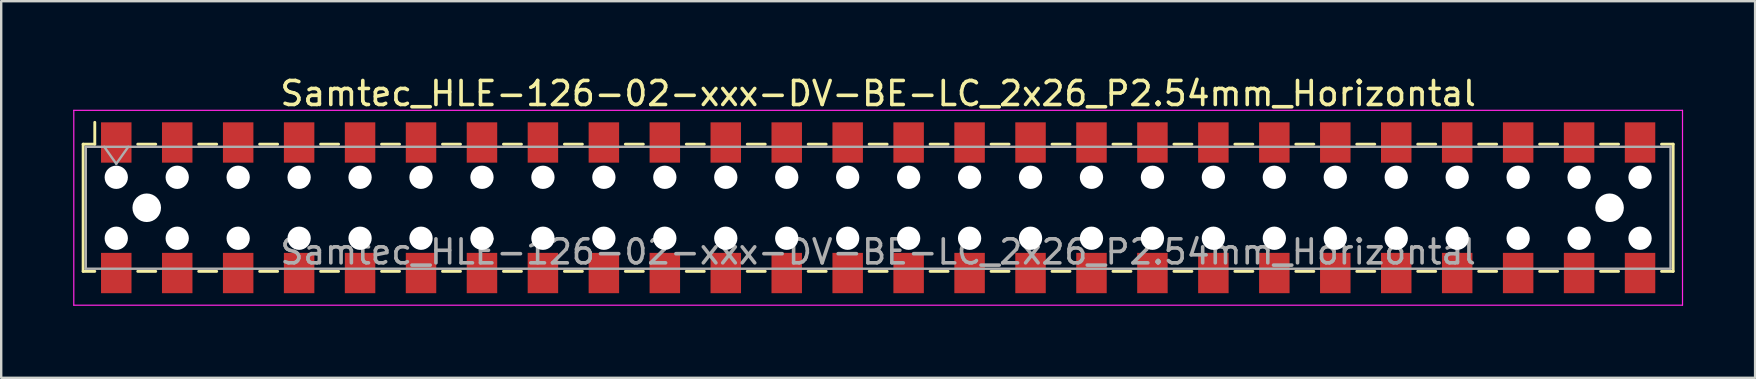
<source format=kicad_pcb>
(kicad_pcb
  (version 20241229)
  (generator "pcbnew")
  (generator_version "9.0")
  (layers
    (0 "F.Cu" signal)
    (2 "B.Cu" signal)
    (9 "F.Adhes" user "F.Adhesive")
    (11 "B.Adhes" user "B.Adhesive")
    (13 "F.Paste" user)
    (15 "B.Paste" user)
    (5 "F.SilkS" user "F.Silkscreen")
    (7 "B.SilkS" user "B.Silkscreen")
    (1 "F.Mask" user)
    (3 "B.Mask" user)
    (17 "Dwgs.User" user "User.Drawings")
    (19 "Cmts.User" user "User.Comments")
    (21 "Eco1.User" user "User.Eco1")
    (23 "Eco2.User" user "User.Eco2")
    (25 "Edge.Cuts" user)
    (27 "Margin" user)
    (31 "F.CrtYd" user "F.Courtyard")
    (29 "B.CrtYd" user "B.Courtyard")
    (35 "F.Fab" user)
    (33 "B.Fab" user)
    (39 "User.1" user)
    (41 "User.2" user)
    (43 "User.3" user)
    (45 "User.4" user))
  (footprint "Samtec_HLE-126-02-xxx-DV-BE-LC_2x26_P2.54mm_Horizontal"
    (layer "F.Cu")
    (at 33.545 5.608)
    (property "Reference" "Samtec_HLE-126-02-xxx-DV-BE-LC_2x26_P2.54mm_Horizontal" (at 0 -4.76 0) (layer "F.SilkS") (effects (font (size 1 1) (thickness 0.15))))
    (attr smd)
    (fp_line (start -33.13 -2.65) (end -33.13 2.65) (stroke (width 0.12) (type solid)) (layer "F.SilkS"))
    (fp_line (start -33.13 2.65) (end -32.645 2.65) (stroke (width 0.12) (type solid)) (layer "F.SilkS"))
    (fp_line (start -32.645 -3.56) (end -32.645 -2.65) (stroke (width 0.12) (type solid)) (layer "F.SilkS"))
    (fp_line (start -32.645 -2.65) (end -33.13 -2.65) (stroke (width 0.12) (type solid)) (layer "F.SilkS"))
    (fp_line (start -30.855 -2.65) (end -30.105 -2.65) (stroke (width 0.12) (type solid)) (layer "F.SilkS"))
    (fp_line (start -30.855 2.65) (end -30.105 2.65) (stroke (width 0.12) (type solid)) (layer "F.SilkS"))
    (fp_line (start -28.315 -2.65) (end -27.565 -2.65) (stroke (width 0.12) (type solid)) (layer "F.SilkS"))
    (fp_line (start -28.315 2.65) (end -27.565 2.65) (stroke (width 0.12) (type solid)) (layer "F.SilkS"))
    (fp_line (start -25.775 -2.65) (end -25.025 -2.65) (stroke (width 0.12) (type solid)) (layer "F.SilkS"))
    (fp_line (start -25.775 2.65) (end -25.025 2.65) (stroke (width 0.12) (type solid)) (layer "F.SilkS"))
    (fp_line (start -23.235 -2.65) (end -22.485 -2.65) (stroke (width 0.12) (type solid)) (layer "F.SilkS"))
    (fp_line (start -23.235 2.65) (end -22.485 2.65) (stroke (width 0.12) (type solid)) (layer "F.SilkS"))
    (fp_line (start -20.695 -2.65) (end -19.945 -2.65) (stroke (width 0.12) (type solid)) (layer "F.SilkS"))
    (fp_line (start -20.695 2.65) (end -19.945 2.65) (stroke (width 0.12) (type solid)) (layer "F.SilkS"))
    (fp_line (start -18.155 -2.65) (end -17.405 -2.65) (stroke (width 0.12) (type solid)) (layer "F.SilkS"))
    (fp_line (start -18.155 2.65) (end -17.405 2.65) (stroke (width 0.12) (type solid)) (layer "F.SilkS"))
    (fp_line (start -15.615 -2.65) (end -14.865 -2.65) (stroke (width 0.12) (type solid)) (layer "F.SilkS"))
    (fp_line (start -15.615 2.65) (end -14.865 2.65) (stroke (width 0.12) (type solid)) (layer "F.SilkS"))
    (fp_line (start -13.075 -2.65) (end -12.325 -2.65) (stroke (width 0.12) (type solid)) (layer "F.SilkS"))
    (fp_line (start -13.075 2.65) (end -12.325 2.65) (stroke (width 0.12) (type solid)) (layer "F.SilkS"))
    (fp_line (start -10.535 -2.65) (end -9.785 -2.65) (stroke (width 0.12) (type solid)) (layer "F.SilkS"))
    (fp_line (start -10.535 2.65) (end -9.785 2.65) (stroke (width 0.12) (type solid)) (layer "F.SilkS"))
    (fp_line (start -7.995 -2.65) (end -7.245 -2.65) (stroke (width 0.12) (type solid)) (layer "F.SilkS"))
    (fp_line (start -7.995 2.65) (end -7.245 2.65) (stroke (width 0.12) (type solid)) (layer "F.SilkS"))
    (fp_line (start -5.455 -2.65) (end -4.705 -2.65) (stroke (width 0.12) (type solid)) (layer "F.SilkS"))
    (fp_line (start -5.455 2.65) (end -4.705 2.65) (stroke (width 0.12) (type solid)) (layer "F.SilkS"))
    (fp_line (start -2.915 -2.65) (end -2.165 -2.65) (stroke (width 0.12) (type solid)) (layer "F.SilkS"))
    (fp_line (start -2.915 2.65) (end -2.165 2.65) (stroke (width 0.12) (type solid)) (layer "F.SilkS"))
    (fp_line (start -0.375 -2.65) (end 0.375 -2.65) (stroke (width 0.12) (type solid)) (layer "F.SilkS"))
    (fp_line (start -0.375 2.65) (end 0.375 2.65) (stroke (width 0.12) (type solid)) (layer "F.SilkS"))
    (fp_line (start 2.165 -2.65) (end 2.915 -2.65) (stroke (width 0.12) (type solid)) (layer "F.SilkS"))
    (fp_line (start 2.165 2.65) (end 2.915 2.65) (stroke (width 0.12) (type solid)) (layer "F.SilkS"))
    (fp_line (start 4.705 -2.65) (end 5.455 -2.65) (stroke (width 0.12) (type solid)) (layer "F.SilkS"))
    (fp_line (start 4.705 2.65) (end 5.455 2.65) (stroke (width 0.12) (type solid)) (layer "F.SilkS"))
    (fp_line (start 7.245 -2.65) (end 7.995 -2.65) (stroke (width 0.12) (type solid)) (layer "F.SilkS"))
    (fp_line (start 7.245 2.65) (end 7.995 2.65) (stroke (width 0.12) (type solid)) (layer "F.SilkS"))
    (fp_line (start 9.785 -2.65) (end 10.535 -2.65) (stroke (width 0.12) (type solid)) (layer "F.SilkS"))
    (fp_line (start 9.785 2.65) (end 10.535 2.65) (stroke (width 0.12) (type solid)) (layer "F.SilkS"))
    (fp_line (start 12.325 -2.65) (end 13.075 -2.65) (stroke (width 0.12) (type solid)) (layer "F.SilkS"))
    (fp_line (start 12.325 2.65) (end 13.075 2.65) (stroke (width 0.12) (type solid)) (layer "F.SilkS"))
    (fp_line (start 14.865 -2.65) (end 15.615 -2.65) (stroke (width 0.12) (type solid)) (layer "F.SilkS"))
    (fp_line (start 14.865 2.65) (end 15.615 2.65) (stroke (width 0.12) (type solid)) (layer "F.SilkS"))
    (fp_line (start 17.405 -2.65) (end 18.155 -2.65) (stroke (width 0.12) (type solid)) (layer "F.SilkS"))
    (fp_line (start 17.405 2.65) (end 18.155 2.65) (stroke (width 0.12) (type solid)) (layer "F.SilkS"))
    (fp_line (start 19.945 -2.65) (end 20.695 -2.65) (stroke (width 0.12) (type solid)) (layer "F.SilkS"))
    (fp_line (start 19.945 2.65) (end 20.695 2.65) (stroke (width 0.12) (type solid)) (layer "F.SilkS"))
    (fp_line (start 22.485 -2.65) (end 23.235 -2.65) (stroke (width 0.12) (type solid)) (layer "F.SilkS"))
    (fp_line (start 22.485 2.65) (end 23.235 2.65) (stroke (width 0.12) (type solid)) (layer "F.SilkS"))
    (fp_line (start 25.025 -2.65) (end 25.775 -2.65) (stroke (width 0.12) (type solid)) (layer "F.SilkS"))
    (fp_line (start 25.025 2.65) (end 25.775 2.65) (stroke (width 0.12) (type solid)) (layer "F.SilkS"))
    (fp_line (start 27.565 -2.65) (end 28.315 -2.65) (stroke (width 0.12) (type solid)) (layer "F.SilkS"))
    (fp_line (start 27.565 2.65) (end 28.315 2.65) (stroke (width 0.12) (type solid)) (layer "F.SilkS"))
    (fp_line (start 30.105 -2.65) (end 30.855 -2.65) (stroke (width 0.12) (type solid)) (layer "F.SilkS"))
    (fp_line (start 30.105 2.65) (end 30.855 2.65) (stroke (width 0.12) (type solid)) (layer "F.SilkS"))
    (fp_line (start 32.645 -2.65) (end 33.13 -2.65) (stroke (width 0.12) (type solid)) (layer "F.SilkS"))
    (fp_line (start 33.13 -2.65) (end 33.13 2.65) (stroke (width 0.12) (type solid)) (layer "F.SilkS"))
    (fp_line (start 33.13 2.65) (end 32.645 2.65) (stroke (width 0.12) (type solid)) (layer "F.SilkS"))
    (fp_line (start -33.52 -4.06) (end 33.52 -4.06) (stroke (width 0.05) (type solid)) (layer "F.CrtYd"))
    (fp_line (start -33.52 4.06) (end -33.52 -4.06) (stroke (width 0.05) (type solid)) (layer "F.CrtYd"))
    (fp_line (start 33.52 -4.06) (end 33.52 4.06) (stroke (width 0.05) (type solid)) (layer "F.CrtYd"))
    (fp_line (start 33.52 4.06) (end -33.52 4.06) (stroke (width 0.05) (type solid)) (layer "F.CrtYd"))
    (fp_line (start -33.02 -2.54) (end 33.02 -2.54) (stroke (width 0.1) (type solid)) (layer "F.Fab"))
    (fp_line (start -33.02 2.54) (end -33.02 -2.54) (stroke (width 0.1) (type solid)) (layer "F.Fab"))
    (fp_line (start -32.25 -2.54) (end -31.75 -1.833) (stroke (width 0.1) (type solid)) (layer "F.Fab"))
    (fp_line (start -31.75 -1.833) (end -31.25 -2.54) (stroke (width 0.1) (type solid)) (layer "F.Fab"))
    (fp_line (start 33.02 -2.54) (end 33.02 2.54) (stroke (width 0.1) (type solid)) (layer "F.Fab"))
    (fp_line (start 33.02 2.54) (end -33.02 2.54) (stroke (width 0.1) (type solid)) (layer "F.Fab"))
    (fp_text user "${REFERENCE}" (at 0 1.84 0) (layer "F.Fab") (effects (font (size 1 1) (thickness 0.15))))
    (pad "" np_thru_hole circle (at -31.75 -1.27) (size 0.97 0.97) (drill 0.97) (layers "*.Cu" "*.Mask"))
    (pad "" np_thru_hole circle (at -31.75 1.27) (size 0.97 0.97) (drill 0.97) (layers "*.Cu" "*.Mask"))
    (pad "" np_thru_hole circle (at -30.48 0) (size 1.19 1.19) (drill 1.19) (layers "*.Cu" "*.Mask"))
    (pad "" np_thru_hole circle (at -29.21 -1.27) (size 0.97 0.97) (drill 0.97) (layers "*.Cu" "*.Mask"))
    (pad "" np_thru_hole circle (at -29.21 1.27) (size 0.97 0.97) (drill 0.97) (layers "*.Cu" "*.Mask"))
    (pad "" np_thru_hole circle (at -26.67 -1.27) (size 0.97 0.97) (drill 0.97) (layers "*.Cu" "*.Mask"))
    (pad "" np_thru_hole circle (at -26.67 1.27) (size 0.97 0.97) (drill 0.97) (layers "*.Cu" "*.Mask"))
    (pad "" np_thru_hole circle (at -24.13 -1.27) (size 0.97 0.97) (drill 0.97) (layers "*.Cu" "*.Mask"))
    (pad "" np_thru_hole circle (at -24.13 1.27) (size 0.97 0.97) (drill 0.97) (layers "*.Cu" "*.Mask"))
    (pad "" np_thru_hole circle (at -21.59 -1.27) (size 0.97 0.97) (drill 0.97) (layers "*.Cu" "*.Mask"))
    (pad "" np_thru_hole circle (at -21.59 1.27) (size 0.97 0.97) (drill 0.97) (layers "*.Cu" "*.Mask"))
    (pad "" np_thru_hole circle (at -19.05 -1.27) (size 0.97 0.97) (drill 0.97) (layers "*.Cu" "*.Mask"))
    (pad "" np_thru_hole circle (at -19.05 1.27) (size 0.97 0.97) (drill 0.97) (layers "*.Cu" "*.Mask"))
    (pad "" np_thru_hole circle (at -16.51 -1.27) (size 0.97 0.97) (drill 0.97) (layers "*.Cu" "*.Mask"))
    (pad "" np_thru_hole circle (at -16.51 1.27) (size 0.97 0.97) (drill 0.97) (layers "*.Cu" "*.Mask"))
    (pad "" np_thru_hole circle (at -13.97 -1.27) (size 0.97 0.97) (drill 0.97) (layers "*.Cu" "*.Mask"))
    (pad "" np_thru_hole circle (at -13.97 1.27) (size 0.97 0.97) (drill 0.97) (layers "*.Cu" "*.Mask"))
    (pad "" np_thru_hole circle (at -11.43 -1.27) (size 0.97 0.97) (drill 0.97) (layers "*.Cu" "*.Mask"))
    (pad "" np_thru_hole circle (at -11.43 1.27) (size 0.97 0.97) (drill 0.97) (layers "*.Cu" "*.Mask"))
    (pad "" np_thru_hole circle (at -8.89 -1.27) (size 0.97 0.97) (drill 0.97) (layers "*.Cu" "*.Mask"))
    (pad "" np_thru_hole circle (at -8.89 1.27) (size 0.97 0.97) (drill 0.97) (layers "*.Cu" "*.Mask"))
    (pad "" np_thru_hole circle (at -6.35 -1.27) (size 0.97 0.97) (drill 0.97) (layers "*.Cu" "*.Mask"))
    (pad "" np_thru_hole circle (at -6.35 1.27) (size 0.97 0.97) (drill 0.97) (layers "*.Cu" "*.Mask"))
    (pad "" np_thru_hole circle (at -3.81 -1.27) (size 0.97 0.97) (drill 0.97) (layers "*.Cu" "*.Mask"))
    (pad "" np_thru_hole circle (at -3.81 1.27) (size 0.97 0.97) (drill 0.97) (layers "*.Cu" "*.Mask"))
    (pad "" np_thru_hole circle (at -1.27 -1.27) (size 0.97 0.97) (drill 0.97) (layers "*.Cu" "*.Mask"))
    (pad "" np_thru_hole circle (at -1.27 1.27) (size 0.97 0.97) (drill 0.97) (layers "*.Cu" "*.Mask"))
    (pad "" np_thru_hole circle (at 1.27 -1.27) (size 0.97 0.97) (drill 0.97) (layers "*.Cu" "*.Mask"))
    (pad "" np_thru_hole circle (at 1.27 1.27) (size 0.97 0.97) (drill 0.97) (layers "*.Cu" "*.Mask"))
    (pad "" np_thru_hole circle (at 3.81 -1.27) (size 0.97 0.97) (drill 0.97) (layers "*.Cu" "*.Mask"))
    (pad "" np_thru_hole circle (at 3.81 1.27) (size 0.97 0.97) (drill 0.97) (layers "*.Cu" "*.Mask"))
    (pad "" np_thru_hole circle (at 6.35 -1.27) (size 0.97 0.97) (drill 0.97) (layers "*.Cu" "*.Mask"))
    (pad "" np_thru_hole circle (at 6.35 1.27) (size 0.97 0.97) (drill 0.97) (layers "*.Cu" "*.Mask"))
    (pad "" np_thru_hole circle (at 8.89 -1.27) (size 0.97 0.97) (drill 0.97) (layers "*.Cu" "*.Mask"))
    (pad "" np_thru_hole circle (at 8.89 1.27) (size 0.97 0.97) (drill 0.97) (layers "*.Cu" "*.Mask"))
    (pad "" np_thru_hole circle (at 11.43 -1.27) (size 0.97 0.97) (drill 0.97) (layers "*.Cu" "*.Mask"))
    (pad "" np_thru_hole circle (at 11.43 1.27) (size 0.97 0.97) (drill 0.97) (layers "*.Cu" "*.Mask"))
    (pad "" np_thru_hole circle (at 13.97 -1.27) (size 0.97 0.97) (drill 0.97) (layers "*.Cu" "*.Mask"))
    (pad "" np_thru_hole circle (at 13.97 1.27) (size 0.97 0.97) (drill 0.97) (layers "*.Cu" "*.Mask"))
    (pad "" np_thru_hole circle (at 16.51 -1.27) (size 0.97 0.97) (drill 0.97) (layers "*.Cu" "*.Mask"))
    (pad "" np_thru_hole circle (at 16.51 1.27) (size 0.97 0.97) (drill 0.97) (layers "*.Cu" "*.Mask"))
    (pad "" np_thru_hole circle (at 19.05 -1.27) (size 0.97 0.97) (drill 0.97) (layers "*.Cu" "*.Mask"))
    (pad "" np_thru_hole circle (at 19.05 1.27) (size 0.97 0.97) (drill 0.97) (layers "*.Cu" "*.Mask"))
    (pad "" np_thru_hole circle (at 21.59 -1.27) (size 0.97 0.97) (drill 0.97) (layers "*.Cu" "*.Mask"))
    (pad "" np_thru_hole circle (at 21.59 1.27) (size 0.97 0.97) (drill 0.97) (layers "*.Cu" "*.Mask"))
    (pad "" np_thru_hole circle (at 24.13 -1.27) (size 0.97 0.97) (drill 0.97) (layers "*.Cu" "*.Mask"))
    (pad "" np_thru_hole circle (at 24.13 1.27) (size 0.97 0.97) (drill 0.97) (layers "*.Cu" "*.Mask"))
    (pad "" np_thru_hole circle (at 26.67 -1.27) (size 0.97 0.97) (drill 0.97) (layers "*.Cu" "*.Mask"))
    (pad "" np_thru_hole circle (at 26.67 1.27) (size 0.97 0.97) (drill 0.97) (layers "*.Cu" "*.Mask"))
    (pad "" np_thru_hole circle (at 29.21 -1.27) (size 0.97 0.97) (drill 0.97) (layers "*.Cu" "*.Mask"))
    (pad "" np_thru_hole circle (at 29.21 1.27) (size 0.97 0.97) (drill 0.97) (layers "*.Cu" "*.Mask"))
    (pad "" np_thru_hole circle (at 30.48 0) (size 1.19 1.19) (drill 1.19) (layers "*.Cu" "*.Mask"))
    (pad "" np_thru_hole circle (at 31.75 -1.27) (size 0.97 0.97) (drill 0.97) (layers "*.Cu" "*.Mask"))
    (pad "" np_thru_hole circle (at 31.75 1.27) (size 0.97 0.97) (drill 0.97) (layers "*.Cu" "*.Mask"))
    (pad "1" smd rect (at -31.75 -2.72) (size 1.27 1.68) (layers "F.Cu" "F.Mask" "F.Paste"))
    (pad "2" smd rect (at -31.75 2.72) (size 1.27 1.68) (layers "F.Cu" "F.Mask" "F.Paste"))
    (pad "3" smd rect (at -29.21 -2.72) (size 1.27 1.68) (layers "F.Cu" "F.Mask" "F.Paste"))
    (pad "4" smd rect (at -29.21 2.72) (size 1.27 1.68) (layers "F.Cu" "F.Mask" "F.Paste"))
    (pad "5" smd rect (at -26.67 -2.72) (size 1.27 1.68) (layers "F.Cu" "F.Mask" "F.Paste"))
    (pad "6" smd rect (at -26.67 2.72) (size 1.27 1.68) (layers "F.Cu" "F.Mask" "F.Paste"))
    (pad "7" smd rect (at -24.13 -2.72) (size 1.27 1.68) (layers "F.Cu" "F.Mask" "F.Paste"))
    (pad "8" smd rect (at -24.13 2.72) (size 1.27 1.68) (layers "F.Cu" "F.Mask" "F.Paste"))
    (pad "9" smd rect (at -21.59 -2.72) (size 1.27 1.68) (layers "F.Cu" "F.Mask" "F.Paste"))
    (pad "10" smd rect (at -21.59 2.72) (size 1.27 1.68) (layers "F.Cu" "F.Mask" "F.Paste"))
    (pad "11" smd rect (at -19.05 -2.72) (size 1.27 1.68) (layers "F.Cu" "F.Mask" "F.Paste"))
    (pad "12" smd rect (at -19.05 2.72) (size 1.27 1.68) (layers "F.Cu" "F.Mask" "F.Paste"))
    (pad "13" smd rect (at -16.51 -2.72) (size 1.27 1.68) (layers "F.Cu" "F.Mask" "F.Paste"))
    (pad "14" smd rect (at -16.51 2.72) (size 1.27 1.68) (layers "F.Cu" "F.Mask" "F.Paste"))
    (pad "15" smd rect (at -13.97 -2.72) (size 1.27 1.68) (layers "F.Cu" "F.Mask" "F.Paste"))
    (pad "16" smd rect (at -13.97 2.72) (size 1.27 1.68) (layers "F.Cu" "F.Mask" "F.Paste"))
    (pad "17" smd rect (at -11.43 -2.72) (size 1.27 1.68) (layers "F.Cu" "F.Mask" "F.Paste"))
    (pad "18" smd rect (at -11.43 2.72) (size 1.27 1.68) (layers "F.Cu" "F.Mask" "F.Paste"))
    (pad "19" smd rect (at -8.89 -2.72) (size 1.27 1.68) (layers "F.Cu" "F.Mask" "F.Paste"))
    (pad "20" smd rect (at -8.89 2.72) (size 1.27 1.68) (layers "F.Cu" "F.Mask" "F.Paste"))
    (pad "21" smd rect (at -6.35 -2.72) (size 1.27 1.68) (layers "F.Cu" "F.Mask" "F.Paste"))
    (pad "22" smd rect (at -6.35 2.72) (size 1.27 1.68) (layers "F.Cu" "F.Mask" "F.Paste"))
    (pad "23" smd rect (at -3.81 -2.72) (size 1.27 1.68) (layers "F.Cu" "F.Mask" "F.Paste"))
    (pad "24" smd rect (at -3.81 2.72) (size 1.27 1.68) (layers "F.Cu" "F.Mask" "F.Paste"))
    (pad "25" smd rect (at -1.27 -2.72) (size 1.27 1.68) (layers "F.Cu" "F.Mask" "F.Paste"))
    (pad "26" smd rect (at -1.27 2.72) (size 1.27 1.68) (layers "F.Cu" "F.Mask" "F.Paste"))
    (pad "27" smd rect (at 1.27 -2.72) (size 1.27 1.68) (layers "F.Cu" "F.Mask" "F.Paste"))
    (pad "28" smd rect (at 1.27 2.72) (size 1.27 1.68) (layers "F.Cu" "F.Mask" "F.Paste"))
    (pad "29" smd rect (at 3.81 -2.72) (size 1.27 1.68) (layers "F.Cu" "F.Mask" "F.Paste"))
    (pad "30" smd rect (at 3.81 2.72) (size 1.27 1.68) (layers "F.Cu" "F.Mask" "F.Paste"))
    (pad "31" smd rect (at 6.35 -2.72) (size 1.27 1.68) (layers "F.Cu" "F.Mask" "F.Paste"))
    (pad "32" smd rect (at 6.35 2.72) (size 1.27 1.68) (layers "F.Cu" "F.Mask" "F.Paste"))
    (pad "33" smd rect (at 8.89 -2.72) (size 1.27 1.68) (layers "F.Cu" "F.Mask" "F.Paste"))
    (pad "34" smd rect (at 8.89 2.72) (size 1.27 1.68) (layers "F.Cu" "F.Mask" "F.Paste"))
    (pad "35" smd rect (at 11.43 -2.72) (size 1.27 1.68) (layers "F.Cu" "F.Mask" "F.Paste"))
    (pad "36" smd rect (at 11.43 2.72) (size 1.27 1.68) (layers "F.Cu" "F.Mask" "F.Paste"))
    (pad "37" smd rect (at 13.97 -2.72) (size 1.27 1.68) (layers "F.Cu" "F.Mask" "F.Paste"))
    (pad "38" smd rect (at 13.97 2.72) (size 1.27 1.68) (layers "F.Cu" "F.Mask" "F.Paste"))
    (pad "39" smd rect (at 16.51 -2.72) (size 1.27 1.68) (layers "F.Cu" "F.Mask" "F.Paste"))
    (pad "40" smd rect (at 16.51 2.72) (size 1.27 1.68) (layers "F.Cu" "F.Mask" "F.Paste"))
    (pad "41" smd rect (at 19.05 -2.72) (size 1.27 1.68) (layers "F.Cu" "F.Mask" "F.Paste"))
    (pad "42" smd rect (at 19.05 2.72) (size 1.27 1.68) (layers "F.Cu" "F.Mask" "F.Paste"))
    (pad "43" smd rect (at 21.59 -2.72) (size 1.27 1.68) (layers "F.Cu" "F.Mask" "F.Paste"))
    (pad "44" smd rect (at 21.59 2.72) (size 1.27 1.68) (layers "F.Cu" "F.Mask" "F.Paste"))
    (pad "45" smd rect (at 24.13 -2.72) (size 1.27 1.68) (layers "F.Cu" "F.Mask" "F.Paste"))
    (pad "46" smd rect (at 24.13 2.72) (size 1.27 1.68) (layers "F.Cu" "F.Mask" "F.Paste"))
    (pad "47" smd rect (at 26.67 -2.72) (size 1.27 1.68) (layers "F.Cu" "F.Mask" "F.Paste"))
    (pad "48" smd rect (at 26.67 2.72) (size 1.27 1.68) (layers "F.Cu" "F.Mask" "F.Paste"))
    (pad "49" smd rect (at 29.21 -2.72) (size 1.27 1.68) (layers "F.Cu" "F.Mask" "F.Paste"))
    (pad "50" smd rect (at 29.21 2.72) (size 1.27 1.68) (layers "F.Cu" "F.Mask" "F.Paste"))
    (pad "51" smd rect (at 31.75 -2.72) (size 1.27 1.68) (layers "F.Cu" "F.Mask" "F.Paste"))
    (pad "52" smd rect (at 31.75 2.72) (size 1.27 1.68) (layers "F.Cu" "F.Mask" "F.Paste")))
  (gr_rect
    (start -3 -3)
    (end 70.09 12.693)
    (stroke (width 0.1) (type default))
    (fill no)
    (layer "Edge.Cuts")))
</source>
